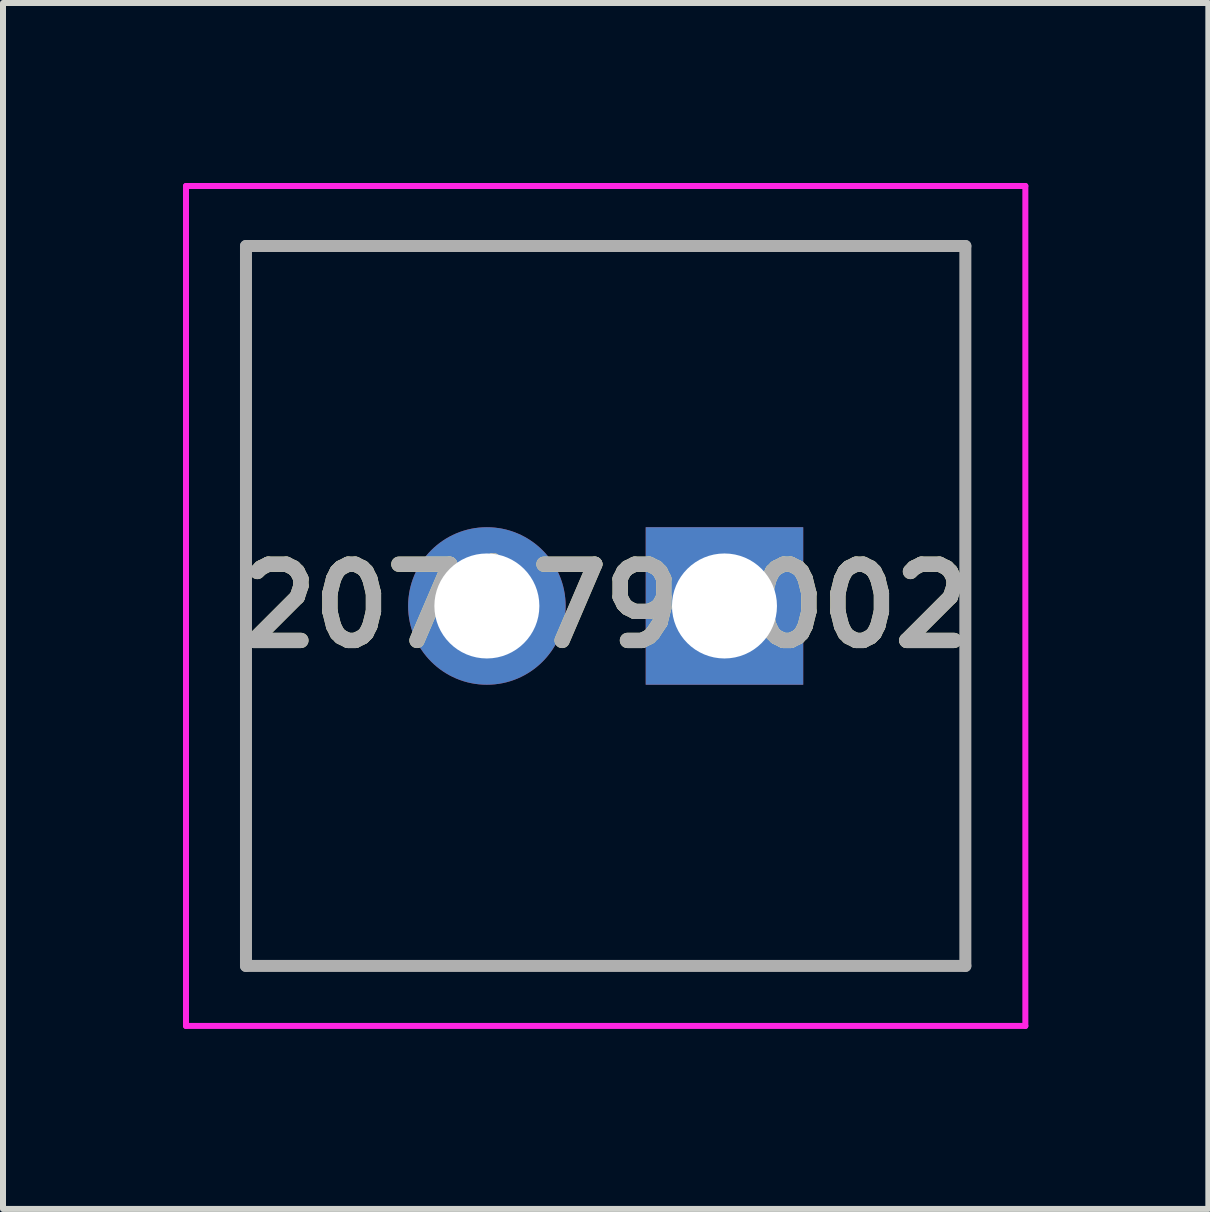
<source format=kicad_pcb>
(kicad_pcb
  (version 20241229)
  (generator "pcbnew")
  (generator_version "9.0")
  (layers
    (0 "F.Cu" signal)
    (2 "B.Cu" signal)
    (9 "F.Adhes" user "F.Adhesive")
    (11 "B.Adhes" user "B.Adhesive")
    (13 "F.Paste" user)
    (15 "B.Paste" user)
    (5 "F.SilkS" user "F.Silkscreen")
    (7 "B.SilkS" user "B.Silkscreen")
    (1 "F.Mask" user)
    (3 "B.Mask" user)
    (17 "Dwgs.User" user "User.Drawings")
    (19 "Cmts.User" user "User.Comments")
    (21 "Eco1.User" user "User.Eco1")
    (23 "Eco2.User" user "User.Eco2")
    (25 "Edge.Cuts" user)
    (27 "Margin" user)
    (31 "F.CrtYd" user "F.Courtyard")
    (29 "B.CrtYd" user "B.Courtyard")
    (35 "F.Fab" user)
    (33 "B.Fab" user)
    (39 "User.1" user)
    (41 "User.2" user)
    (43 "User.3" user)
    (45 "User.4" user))
  (footprint "2074790002"
    (layer "F.Cu")
    (at 9.025 7.05)
    (property "Reference" "2074790002" (at -1.98 0 0) (layer "F.SilkS") (effects (font (size 1.27 1.27) (thickness 0.254))))
    (attr through_hole)
    (fp_line (start -7.975 -6) (end 4.015 -6) (stroke (width 0.1) (type solid)) (layer "F.SilkS"))
    (fp_line (start -7.975 6) (end -7.975 -6) (stroke (width 0.1) (type solid)) (layer "F.SilkS"))
    (fp_line (start 4.015 -6) (end 4.015 6) (stroke (width 0.1) (type solid)) (layer "F.SilkS"))
    (fp_line (start 4.015 6) (end -7.975 6) (stroke (width 0.1) (type solid)) (layer "F.SilkS"))
    (fp_line (start -8.975 -7) (end 5.015 -7) (stroke (width 0.1) (type solid)) (layer "F.CrtYd"))
    (fp_line (start -8.975 7) (end -8.975 -7) (stroke (width 0.1) (type solid)) (layer "F.CrtYd"))
    (fp_line (start 5.015 -7) (end 5.015 7) (stroke (width 0.1) (type solid)) (layer "F.CrtYd"))
    (fp_line (start 5.015 7) (end -8.975 7) (stroke (width 0.1) (type solid)) (layer "F.CrtYd"))
    (fp_line (start -7.975 -6) (end 4.015 -6) (stroke (width 0.2) (type solid)) (layer "F.Fab"))
    (fp_line (start -7.975 6) (end -7.975 -6) (stroke (width 0.2) (type solid)) (layer "F.Fab"))
    (fp_line (start 4.015 -6) (end 4.015 6) (stroke (width 0.2) (type solid)) (layer "F.Fab"))
    (fp_line (start 4.015 6) (end -7.975 6) (stroke (width 0.2) (type solid)) (layer "F.Fab"))
    (fp_text user "${REFERENCE}" (at -1.98 0 0) (layer "F.Fab") (effects (font (size 1.27 1.27) (thickness 0.254))))
    (pad "" np_thru_hole circle (at -5.46 -3.4) (size 0.001 0.001) (drill 1.5) (layers "*.Cu" "*.Mask"))
    (pad "1" thru_hole rect (at 0 0) (size 2.625 2.625) (drill 1.75) (layers "*.Cu" "*.Mask"))
    (pad "2" thru_hole circle (at -3.96 0) (size 2.625 2.625) (drill 1.75) (layers "*.Cu" "*.Mask")))
  (gr_rect
    (start -3 -3)
    (end 17.09 17.1)
    (stroke (width 0.1) (type default))
    (fill no)
    (layer "Edge.Cuts")))
</source>
